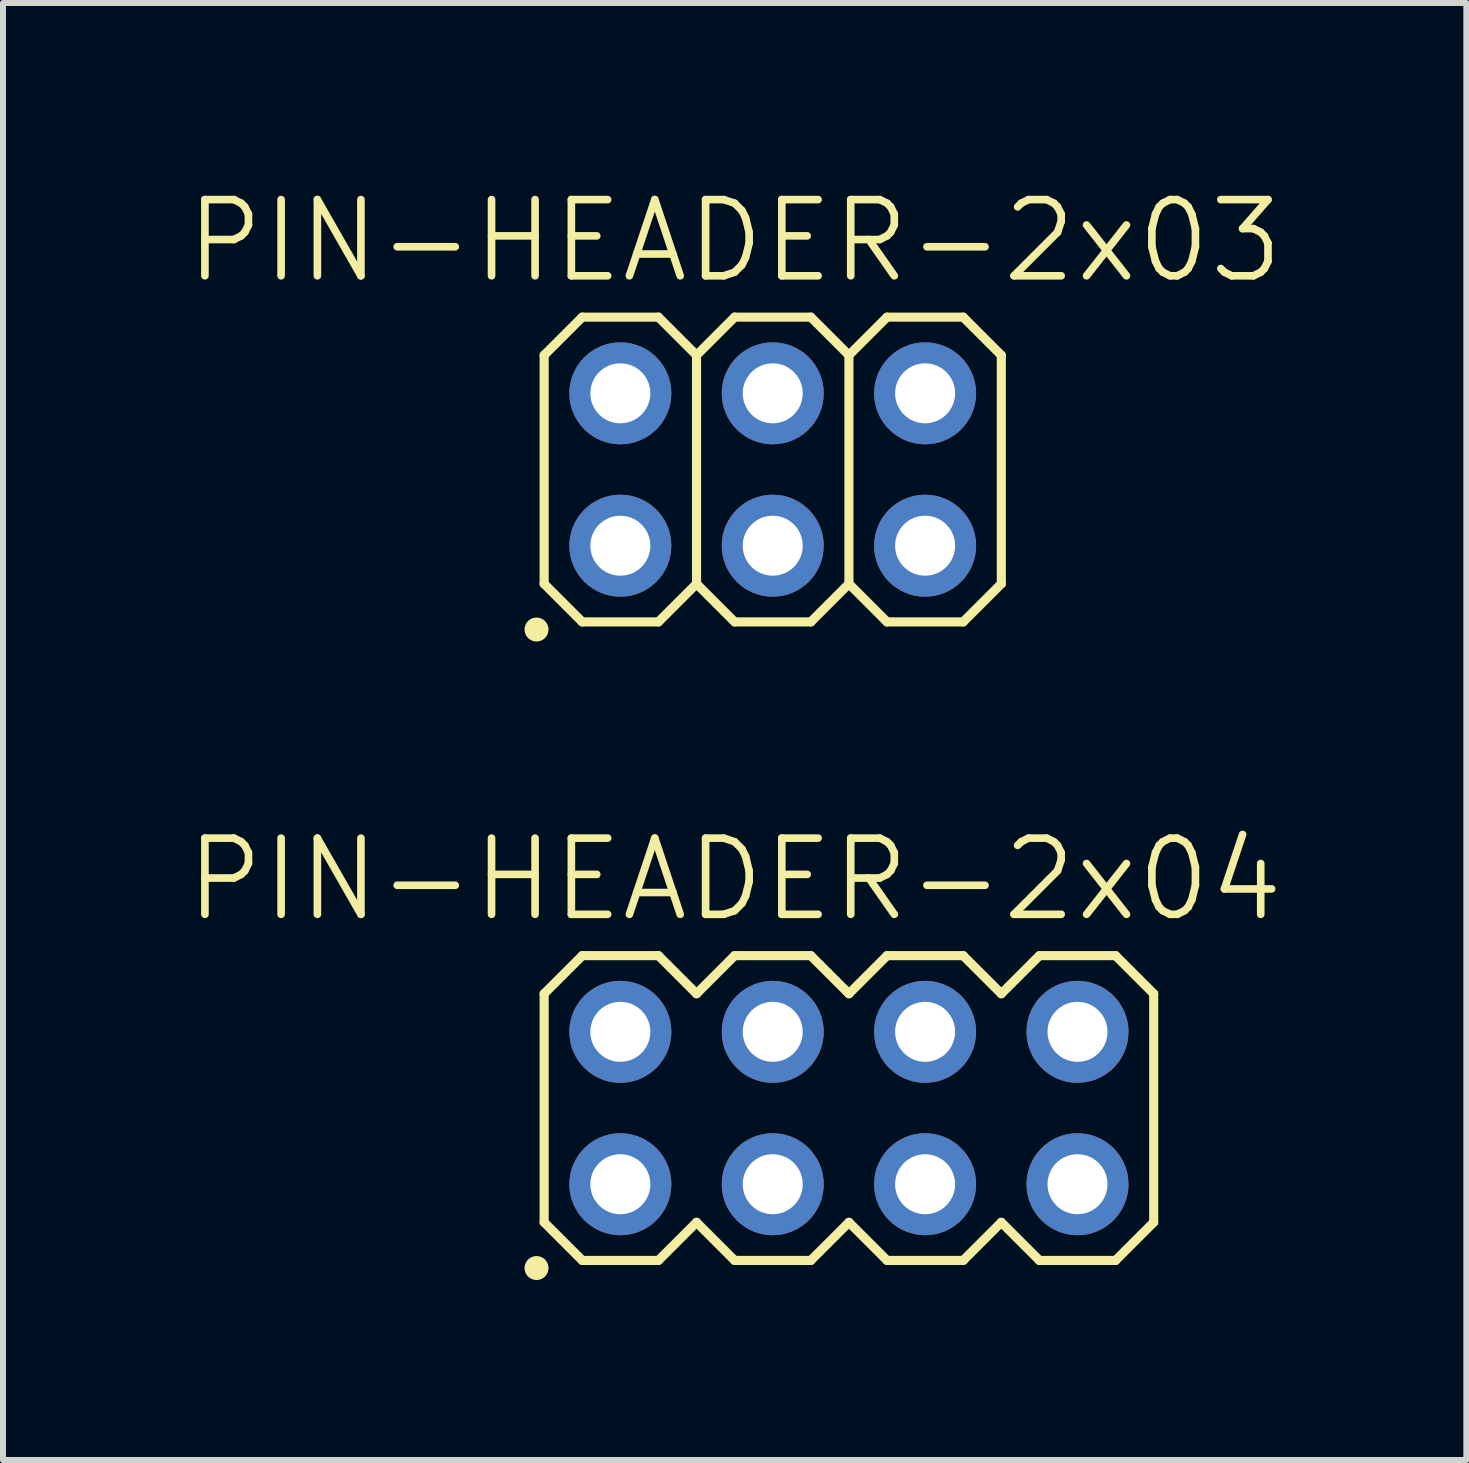
<source format=kicad_pcb>
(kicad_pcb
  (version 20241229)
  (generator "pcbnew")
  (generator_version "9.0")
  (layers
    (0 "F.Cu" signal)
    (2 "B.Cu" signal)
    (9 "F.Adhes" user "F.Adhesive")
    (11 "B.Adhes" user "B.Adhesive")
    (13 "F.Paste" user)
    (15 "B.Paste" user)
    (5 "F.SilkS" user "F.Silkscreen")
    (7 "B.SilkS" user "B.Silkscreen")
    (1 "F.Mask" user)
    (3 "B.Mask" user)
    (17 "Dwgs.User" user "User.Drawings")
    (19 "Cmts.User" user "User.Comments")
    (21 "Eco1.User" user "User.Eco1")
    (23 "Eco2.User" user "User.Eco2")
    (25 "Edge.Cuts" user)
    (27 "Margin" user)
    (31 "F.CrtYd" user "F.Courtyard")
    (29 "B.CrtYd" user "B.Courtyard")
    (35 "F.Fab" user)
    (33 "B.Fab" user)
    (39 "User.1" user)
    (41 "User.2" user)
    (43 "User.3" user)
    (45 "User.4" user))
  (footprint "PIN-HEADER-2x04"
    (layer "F.Cu")
    (at 11.1 15.419)
    (property "Reference" "PIN-HEADER-2x04" (at -1.905 -3.81 0) (layer "F.SilkS") (effects (font (size 1.27 1.27) (thickness 0.127))))
    (attr through_hole)
    (fp_line (start -5.08 -1.905) (end -4.445 -2.54) (stroke (width 0.152) (type solid)) (layer "F.SilkS"))
    (fp_line (start -5.08 1.905) (end -5.08 -1.905) (stroke (width 0.152) (type solid)) (layer "F.SilkS"))
    (fp_line (start -5.08 1.905) (end -4.445 2.54) (stroke (width 0.152) (type solid)) (layer "F.SilkS"))
    (fp_line (start -4.445 -2.54) (end -3.175 -2.54) (stroke (width 0.152) (type solid)) (layer "F.SilkS"))
    (fp_line (start -4.445 2.54) (end -3.175 2.54) (stroke (width 0.152) (type solid)) (layer "F.SilkS"))
    (fp_line (start -3.175 -2.54) (end -2.54 -1.905) (stroke (width 0.152) (type solid)) (layer "F.SilkS"))
    (fp_line (start -3.175 2.54) (end -2.54 1.905) (stroke (width 0.152) (type solid)) (layer "F.SilkS"))
    (fp_line (start -2.54 -1.905) (end -1.905 -2.54) (stroke (width 0.152) (type solid)) (layer "F.SilkS"))
    (fp_line (start -2.54 1.905) (end -1.905 2.54) (stroke (width 0.152) (type solid)) (layer "F.SilkS"))
    (fp_line (start -1.905 -2.54) (end -0.635 -2.54) (stroke (width 0.152) (type solid)) (layer "F.SilkS"))
    (fp_line (start -1.905 2.54) (end -0.635 2.54) (stroke (width 0.152) (type solid)) (layer "F.SilkS"))
    (fp_line (start -0.635 -2.54) (end 0 -1.905) (stroke (width 0.152) (type solid)) (layer "F.SilkS"))
    (fp_line (start -0.635 2.54) (end 0 1.905) (stroke (width 0.152) (type solid)) (layer "F.SilkS"))
    (fp_line (start 0 -1.905) (end 0.635 -2.54) (stroke (width 0.152) (type solid)) (layer "F.SilkS"))
    (fp_line (start 0 1.905) (end 0.635 2.54) (stroke (width 0.152) (type solid)) (layer "F.SilkS"))
    (fp_line (start 0.635 -2.54) (end 1.905 -2.54) (stroke (width 0.152) (type solid)) (layer "F.SilkS"))
    (fp_line (start 0.635 2.54) (end 1.905 2.54) (stroke (width 0.152) (type solid)) (layer "F.SilkS"))
    (fp_line (start 1.905 -2.54) (end 2.54 -1.905) (stroke (width 0.152) (type solid)) (layer "F.SilkS"))
    (fp_line (start 1.905 2.54) (end 2.54 1.905) (stroke (width 0.152) (type solid)) (layer "F.SilkS"))
    (fp_line (start 2.54 -1.905) (end 3.175 -2.54) (stroke (width 0.152) (type solid)) (layer "F.SilkS"))
    (fp_line (start 2.54 1.905) (end 3.175 2.54) (stroke (width 0.152) (type solid)) (layer "F.SilkS"))
    (fp_line (start 3.175 -2.54) (end 4.445 -2.54) (stroke (width 0.152) (type solid)) (layer "F.SilkS"))
    (fp_line (start 3.175 2.54) (end 4.445 2.54) (stroke (width 0.152) (type solid)) (layer "F.SilkS"))
    (fp_line (start 4.445 -2.54) (end 5.08 -1.905) (stroke (width 0.152) (type solid)) (layer "F.SilkS"))
    (fp_line (start 4.445 2.54) (end 5.08 1.905) (stroke (width 0.152) (type solid)) (layer "F.SilkS"))
    (fp_line (start 5.08 -1.905) (end 5.08 1.905) (stroke (width 0.152) (type solid)) (layer "F.SilkS"))
    (fp_circle (center -5.207 2.667) (end -5.107 2.667) (stroke (width 0.2) (type solid)) (fill no) (layer "F.SilkS"))
    (fp_line (start -4.064 -1.524) (end -3.556 -1.524) (stroke (width 0.066) (type solid)) (layer "Dwgs.User"))
    (fp_line (start -4.064 -1.016) (end -4.064 -1.524) (stroke (width 0.066) (type solid)) (layer "Dwgs.User"))
    (fp_line (start -4.064 -1.016) (end -3.556 -1.016) (stroke (width 0.066) (type solid)) (layer "Dwgs.User"))
    (fp_line (start -4.064 1.016) (end -3.556 1.016) (stroke (width 0.066) (type solid)) (layer "Dwgs.User"))
    (fp_line (start -4.064 1.524) (end -4.064 1.016) (stroke (width 0.066) (type solid)) (layer "Dwgs.User"))
    (fp_line (start -4.064 1.524) (end -3.556 1.524) (stroke (width 0.066) (type solid)) (layer "Dwgs.User"))
    (fp_line (start -3.556 -1.016) (end -3.556 -1.524) (stroke (width 0.066) (type solid)) (layer "Dwgs.User"))
    (fp_line (start -3.556 1.524) (end -3.556 1.016) (stroke (width 0.066) (type solid)) (layer "Dwgs.User"))
    (fp_line (start -1.524 -1.524) (end -1.016 -1.524) (stroke (width 0.066) (type solid)) (layer "Dwgs.User"))
    (fp_line (start -1.524 -1.016) (end -1.524 -1.524) (stroke (width 0.066) (type solid)) (layer "Dwgs.User"))
    (fp_line (start -1.524 -1.016) (end -1.016 -1.016) (stroke (width 0.066) (type solid)) (layer "Dwgs.User"))
    (fp_line (start -1.524 1.016) (end -1.016 1.016) (stroke (width 0.066) (type solid)) (layer "Dwgs.User"))
    (fp_line (start -1.524 1.524) (end -1.524 1.016) (stroke (width 0.066) (type solid)) (layer "Dwgs.User"))
    (fp_line (start -1.524 1.524) (end -1.016 1.524) (stroke (width 0.066) (type solid)) (layer "Dwgs.User"))
    (fp_line (start -1.016 -1.016) (end -1.016 -1.524) (stroke (width 0.066) (type solid)) (layer "Dwgs.User"))
    (fp_line (start -1.016 1.524) (end -1.016 1.016) (stroke (width 0.066) (type solid)) (layer "Dwgs.User"))
    (fp_line (start 1.016 -1.524) (end 1.524 -1.524) (stroke (width 0.066) (type solid)) (layer "Dwgs.User"))
    (fp_line (start 1.016 -1.016) (end 1.016 -1.524) (stroke (width 0.066) (type solid)) (layer "Dwgs.User"))
    (fp_line (start 1.016 -1.016) (end 1.524 -1.016) (stroke (width 0.066) (type solid)) (layer "Dwgs.User"))
    (fp_line (start 1.016 1.016) (end 1.524 1.016) (stroke (width 0.066) (type solid)) (layer "Dwgs.User"))
    (fp_line (start 1.016 1.524) (end 1.016 1.016) (stroke (width 0.066) (type solid)) (layer "Dwgs.User"))
    (fp_line (start 1.016 1.524) (end 1.524 1.524) (stroke (width 0.066) (type solid)) (layer "Dwgs.User"))
    (fp_line (start 1.524 -1.016) (end 1.524 -1.524) (stroke (width 0.066) (type solid)) (layer "Dwgs.User"))
    (fp_line (start 1.524 1.524) (end 1.524 1.016) (stroke (width 0.066) (type solid)) (layer "Dwgs.User"))
    (fp_line (start 3.556 -1.524) (end 4.064 -1.524) (stroke (width 0.066) (type solid)) (layer "Dwgs.User"))
    (fp_line (start 3.556 -1.016) (end 3.556 -1.524) (stroke (width 0.066) (type solid)) (layer "Dwgs.User"))
    (fp_line (start 3.556 -1.016) (end 4.064 -1.016) (stroke (width 0.066) (type solid)) (layer "Dwgs.User"))
    (fp_line (start 3.556 1.016) (end 4.064 1.016) (stroke (width 0.066) (type solid)) (layer "Dwgs.User"))
    (fp_line (start 3.556 1.524) (end 3.556 1.016) (stroke (width 0.066) (type solid)) (layer "Dwgs.User"))
    (fp_line (start 3.556 1.524) (end 4.064 1.524) (stroke (width 0.066) (type solid)) (layer "Dwgs.User"))
    (fp_line (start 4.064 -1.016) (end 4.064 -1.524) (stroke (width 0.066) (type solid)) (layer "Dwgs.User"))
    (fp_line (start 4.064 1.524) (end 4.064 1.016) (stroke (width 0.066) (type solid)) (layer "Dwgs.User"))
    (pad "1" thru_hole circle (at -3.81 1.27) (size 1.7 1.7) (drill 1) (layers "*.Cu" "*.Mask"))
    (pad "2" thru_hole circle (at -3.81 -1.27) (size 1.7 1.7) (drill 1) (layers "*.Cu" "*.Mask"))
    (pad "3" thru_hole circle (at -1.27 1.27) (size 1.7 1.7) (drill 1) (layers "*.Cu" "*.Mask"))
    (pad "4" thru_hole circle (at -1.27 -1.27) (size 1.7 1.7) (drill 1) (layers "*.Cu" "*.Mask"))
    (pad "5" thru_hole circle (at 1.27 1.27) (size 1.7 1.7) (drill 1) (layers "*.Cu" "*.Mask"))
    (pad "6" thru_hole circle (at 1.27 -1.27) (size 1.7 1.7) (drill 1) (layers "*.Cu" "*.Mask"))
    (pad "7" thru_hole circle (at 3.81 1.27) (size 1.7 1.7) (drill 1) (layers "*.Cu" "*.Mask"))
    (pad "8" thru_hole circle (at 3.81 -1.27) (size 1.7 1.7) (drill 1) (layers "*.Cu" "*.Mask")))
  (footprint "PIN-HEADER-2x03"
    (layer "F.Cu")
    (at 9.83 4.776)
    (property "Reference" "PIN-HEADER-2x03" (at -0.635 -3.81 0) (layer "F.SilkS") (effects (font (size 1.27 1.27) (thickness 0.127))))
    (attr through_hole)
    (fp_line (start -3.81 -1.905) (end -3.175 -2.54) (stroke (width 0.152) (type solid)) (layer "F.SilkS"))
    (fp_line (start -3.81 1.905) (end -3.81 -1.905) (stroke (width 0.152) (type solid)) (layer "F.SilkS"))
    (fp_line (start -3.81 1.905) (end -3.175 2.54) (stroke (width 0.152) (type solid)) (layer "F.SilkS"))
    (fp_line (start -3.175 -2.54) (end -1.905 -2.54) (stroke (width 0.152) (type solid)) (layer "F.SilkS"))
    (fp_line (start -3.175 2.54) (end -1.905 2.54) (stroke (width 0.152) (type solid)) (layer "F.SilkS"))
    (fp_line (start -1.905 -2.54) (end -1.27 -1.905) (stroke (width 0.152) (type solid)) (layer "F.SilkS"))
    (fp_line (start -1.905 2.54) (end -1.27 1.905) (stroke (width 0.152) (type solid)) (layer "F.SilkS"))
    (fp_line (start -1.27 -1.905) (end -1.27 1.905) (stroke (width 0.152) (type solid)) (layer "F.SilkS"))
    (fp_line (start -1.27 -1.905) (end -0.635 -2.54) (stroke (width 0.152) (type solid)) (layer "F.SilkS"))
    (fp_line (start -1.27 1.905) (end -0.635 2.54) (stroke (width 0.152) (type solid)) (layer "F.SilkS"))
    (fp_line (start -0.635 -2.54) (end 0.635 -2.54) (stroke (width 0.152) (type solid)) (layer "F.SilkS"))
    (fp_line (start -0.635 2.54) (end 0.635 2.54) (stroke (width 0.152) (type solid)) (layer "F.SilkS"))
    (fp_line (start 0.635 -2.54) (end 1.27 -1.905) (stroke (width 0.152) (type solid)) (layer "F.SilkS"))
    (fp_line (start 0.635 2.54) (end 1.27 1.905) (stroke (width 0.152) (type solid)) (layer "F.SilkS"))
    (fp_line (start 1.27 -1.905) (end 1.27 1.905) (stroke (width 0.152) (type solid)) (layer "F.SilkS"))
    (fp_line (start 1.27 -1.905) (end 1.905 -2.54) (stroke (width 0.152) (type solid)) (layer "F.SilkS"))
    (fp_line (start 1.27 1.905) (end 1.905 2.54) (stroke (width 0.152) (type solid)) (layer "F.SilkS"))
    (fp_line (start 1.905 -2.54) (end 3.175 -2.54) (stroke (width 0.152) (type solid)) (layer "F.SilkS"))
    (fp_line (start 1.905 2.54) (end 3.175 2.54) (stroke (width 0.152) (type solid)) (layer "F.SilkS"))
    (fp_line (start 3.175 -2.54) (end 3.81 -1.905) (stroke (width 0.152) (type solid)) (layer "F.SilkS"))
    (fp_line (start 3.175 2.54) (end 3.81 1.905) (stroke (width 0.152) (type solid)) (layer "F.SilkS"))
    (fp_line (start 3.81 -1.905) (end 3.81 1.905) (stroke (width 0.152) (type solid)) (layer "F.SilkS"))
    (fp_circle (center -3.937 2.667) (end -3.837 2.667) (stroke (width 0.2) (type solid)) (fill no) (layer "F.SilkS"))
    (fp_line (start -2.794 -1.524) (end -2.286 -1.524) (stroke (width 0.066) (type solid)) (layer "Dwgs.User"))
    (fp_line (start -2.794 -1.016) (end -2.794 -1.524) (stroke (width 0.066) (type solid)) (layer "Dwgs.User"))
    (fp_line (start -2.794 -1.016) (end -2.286 -1.016) (stroke (width 0.066) (type solid)) (layer "Dwgs.User"))
    (fp_line (start -2.794 1.016) (end -2.286 1.016) (stroke (width 0.066) (type solid)) (layer "Dwgs.User"))
    (fp_line (start -2.794 1.524) (end -2.794 1.016) (stroke (width 0.066) (type solid)) (layer "Dwgs.User"))
    (fp_line (start -2.794 1.524) (end -2.286 1.524) (stroke (width 0.066) (type solid)) (layer "Dwgs.User"))
    (fp_line (start -2.286 -1.016) (end -2.286 -1.524) (stroke (width 0.066) (type solid)) (layer "Dwgs.User"))
    (fp_line (start -2.286 1.524) (end -2.286 1.016) (stroke (width 0.066) (type solid)) (layer "Dwgs.User"))
    (fp_line (start -0.254 -1.524) (end 0.254 -1.524) (stroke (width 0.066) (type solid)) (layer "Dwgs.User"))
    (fp_line (start -0.254 -1.016) (end -0.254 -1.524) (stroke (width 0.066) (type solid)) (layer "Dwgs.User"))
    (fp_line (start -0.254 -1.016) (end 0.254 -1.016) (stroke (width 0.066) (type solid)) (layer "Dwgs.User"))
    (fp_line (start -0.254 1.016) (end 0.254 1.016) (stroke (width 0.066) (type solid)) (layer "Dwgs.User"))
    (fp_line (start -0.254 1.524) (end -0.254 1.016) (stroke (width 0.066) (type solid)) (layer "Dwgs.User"))
    (fp_line (start -0.254 1.524) (end 0.254 1.524) (stroke (width 0.066) (type solid)) (layer "Dwgs.User"))
    (fp_line (start 0.254 -1.016) (end 0.254 -1.524) (stroke (width 0.066) (type solid)) (layer "Dwgs.User"))
    (fp_line (start 0.254 1.524) (end 0.254 1.016) (stroke (width 0.066) (type solid)) (layer "Dwgs.User"))
    (fp_line (start 2.286 -1.524) (end 2.794 -1.524) (stroke (width 0.066) (type solid)) (layer "Dwgs.User"))
    (fp_line (start 2.286 -1.016) (end 2.286 -1.524) (stroke (width 0.066) (type solid)) (layer "Dwgs.User"))
    (fp_line (start 2.286 -1.016) (end 2.794 -1.016) (stroke (width 0.066) (type solid)) (layer "Dwgs.User"))
    (fp_line (start 2.286 1.016) (end 2.794 1.016) (stroke (width 0.066) (type solid)) (layer "Dwgs.User"))
    (fp_line (start 2.286 1.524) (end 2.286 1.016) (stroke (width 0.066) (type solid)) (layer "Dwgs.User"))
    (fp_line (start 2.286 1.524) (end 2.794 1.524) (stroke (width 0.066) (type solid)) (layer "Dwgs.User"))
    (fp_line (start 2.794 -1.016) (end 2.794 -1.524) (stroke (width 0.066) (type solid)) (layer "Dwgs.User"))
    (fp_line (start 2.794 1.524) (end 2.794 1.016) (stroke (width 0.066) (type solid)) (layer "Dwgs.User"))
    (pad "1" thru_hole circle (at -2.54 1.27) (size 1.7 1.7) (drill 1) (layers "*.Cu" "*.Mask"))
    (pad "2" thru_hole circle (at -2.54 -1.27) (size 1.7 1.7) (drill 1) (layers "*.Cu" "*.Mask"))
    (pad "3" thru_hole circle (at 0 1.27) (size 1.7 1.7) (drill 1) (layers "*.Cu" "*.Mask"))
    (pad "4" thru_hole circle (at 0 -1.27) (size 1.7 1.7) (drill 1) (layers "*.Cu" "*.Mask"))
    (pad "5" thru_hole circle (at 2.54 1.27) (size 1.7 1.7) (drill 1) (layers "*.Cu" "*.Mask"))
    (pad "6" thru_hole circle (at 2.54 -1.27) (size 1.7 1.7) (drill 1) (layers "*.Cu" "*.Mask")))
  (gr_rect
    (start -3 -3)
    (end 21.391 21.286)
    (stroke (width 0.1) (type default))
    (fill no)
    (layer "Edge.Cuts")))
</source>
